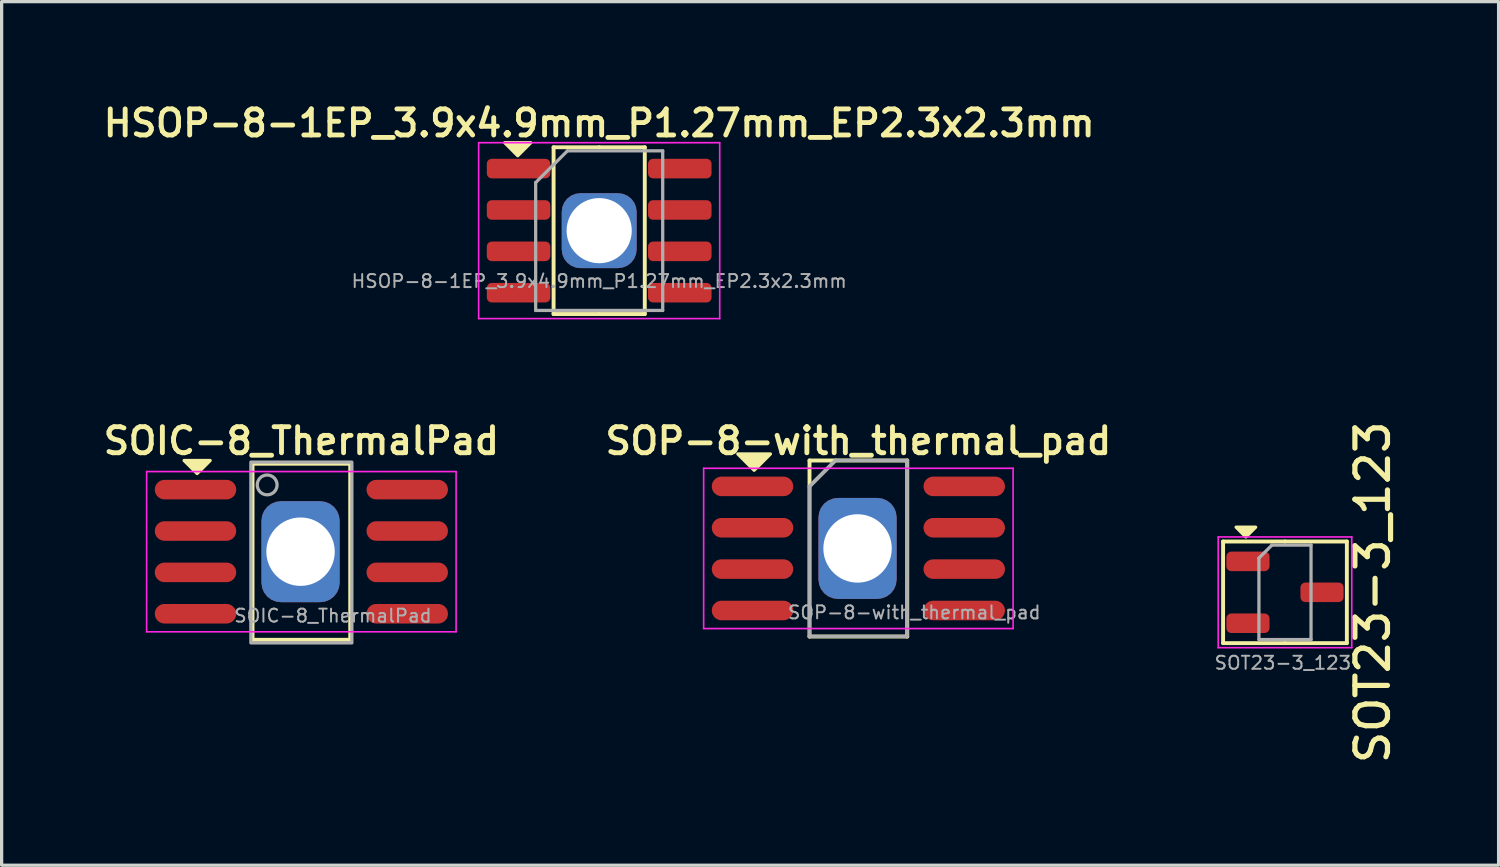
<source format=kicad_pcb>
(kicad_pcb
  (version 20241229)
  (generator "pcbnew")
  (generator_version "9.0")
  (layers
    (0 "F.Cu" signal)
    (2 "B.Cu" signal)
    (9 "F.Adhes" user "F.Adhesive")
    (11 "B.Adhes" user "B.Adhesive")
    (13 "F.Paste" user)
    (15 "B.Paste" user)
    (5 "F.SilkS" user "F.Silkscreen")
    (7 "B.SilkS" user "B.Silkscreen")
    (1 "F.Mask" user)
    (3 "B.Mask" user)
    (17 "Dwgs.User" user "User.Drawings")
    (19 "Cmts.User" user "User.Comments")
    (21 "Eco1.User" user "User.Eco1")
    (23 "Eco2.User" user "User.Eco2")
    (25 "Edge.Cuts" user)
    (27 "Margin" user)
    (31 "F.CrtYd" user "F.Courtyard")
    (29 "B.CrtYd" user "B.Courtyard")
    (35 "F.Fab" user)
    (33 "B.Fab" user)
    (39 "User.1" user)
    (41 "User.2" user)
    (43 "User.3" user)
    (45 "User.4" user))
  (footprint "SOT23-3_123"
    (layer "F.Cu")
    (at 36.399 15.134)
    (property "Reference" "SOT23-3_123" (at 2.692 0 270) (layer "F.SilkS") (effects (font (size 1 1) (thickness 0.16))))
    (attr smd)
    (fp_line (start -1.9 -1.56) (end -1.9 1.56) (stroke (width 0.12) (type default)) (layer "F.SilkS"))
    (fp_line (start 0 -1.56) (end -1.9 -1.56) (stroke (width 0.12) (type solid)) (layer "F.SilkS"))
    (fp_line (start 0 -1.56) (end 1.9 -1.56) (stroke (width 0.12) (type solid)) (layer "F.SilkS"))
    (fp_line (start 0 1.56) (end -1.9 1.56) (stroke (width 0.12) (type solid)) (layer "F.SilkS"))
    (fp_line (start 0 1.56) (end 1.9 1.56) (stroke (width 0.12) (type solid)) (layer "F.SilkS"))
    (fp_line (start 1.9 -1.56) (end 1.9 1.56) (stroke (width 0.12) (type default)) (layer "F.SilkS"))
    (fp_poly (pts (xy -1.2 -1.7) (xy -0.9 -2) (xy -1.5 -2)) (stroke (width 0.1) (type solid)) (fill yes) (layer "F.SilkS"))
    (fp_line (start -2.05 -1.7) (end -2.05 1.7) (stroke (width 0.05) (type solid)) (layer "F.CrtYd"))
    (fp_line (start -2.05 1.7) (end 2.05 1.7) (stroke (width 0.05) (type solid)) (layer "F.CrtYd"))
    (fp_line (start 2.05 -1.7) (end -2.05 -1.7) (stroke (width 0.05) (type solid)) (layer "F.CrtYd"))
    (fp_line (start 2.05 1.7) (end 2.05 -1.7) (stroke (width 0.05) (type solid)) (layer "F.CrtYd"))
    (fp_line (start -0.8 -1.05) (end -0.4 -1.45) (stroke (width 0.1) (type solid)) (layer "F.Fab"))
    (fp_line (start -0.8 1.45) (end -0.8 -1.05) (stroke (width 0.1) (type solid)) (layer "F.Fab"))
    (fp_line (start -0.4 -1.45) (end 0.8 -1.45) (stroke (width 0.1) (type solid)) (layer "F.Fab"))
    (fp_line (start 0.8 -1.45) (end 0.8 1.45) (stroke (width 0.1) (type solid)) (layer "F.Fab"))
    (fp_line (start 0.8 1.45) (end -0.8 1.45) (stroke (width 0.1) (type solid)) (layer "F.Fab"))
    (fp_text user "${REFERENCE}" (at -2.2 2.4 0) (unlocked yes) (layer "F.Fab") (effects (font (size 0.4 0.4) (thickness 0.06)) (justify left bottom)))
    (pad "1" smd roundrect (at -1.137 -0.95) (size 1.325 0.6) (layers "F.Cu" "F.Mask" "F.Paste") (roundrect_rratio 0.25))
    (pad "2" smd roundrect (at -1.137 0.95) (size 1.325 0.6) (layers "F.Cu" "F.Mask" "F.Paste") (roundrect_rratio 0.25))
    (pad "3" smd roundrect (at 1.137 0) (size 1.325 0.6) (layers "F.Cu" "F.Mask" "F.Paste") (roundrect_rratio 0.25)))
  (footprint "SOP-8-with_thermal_pad"
    (layer "F.Cu")
    (at 23.302 13.787)
    (property "Reference" "SOP-8-with_thermal_pad" (at 0 -3.3 0) (layer "F.SilkS") (effects (font (size 0.8 0.8) (thickness 0.15))))
    (attr through_hole)
    (fp_line (start -1.5 -2.7) (end 1.5 -2.7) (stroke (width 0.12) (type default)) (layer "F.SilkS"))
    (fp_line (start -1.5 2.705) (end -1.5 -2.7) (stroke (width 0.12) (type default)) (layer "F.SilkS"))
    (fp_line (start 1.5 -2.7) (end 1.5 2.705) (stroke (width 0.12) (type default)) (layer "F.SilkS"))
    (fp_line (start 1.5 2.705) (end -1.5 2.705) (stroke (width 0.12) (type default)) (layer "F.SilkS"))
    (fp_poly (pts (xy -3.2 -2.4) (xy -2.7 -2.9) (xy -3.7 -2.9)) (stroke (width 0.1) (type solid)) (fill yes) (layer "F.SilkS"))
    (fp_line (start -4.75 -2.46) (end 4.75 -2.46) (stroke (width 0.05) (type default)) (layer "F.CrtYd"))
    (fp_line (start -4.75 2.46) (end -4.75 -2.46) (stroke (width 0.05) (type default)) (layer "F.CrtYd"))
    (fp_line (start 4.75 -2.46) (end 4.75 2.46) (stroke (width 0.05) (type default)) (layer "F.CrtYd"))
    (fp_line (start 4.75 2.46) (end -4.75 2.46) (stroke (width 0.05) (type default)) (layer "F.CrtYd"))
    (fp_line (start -1.5 -1.905) (end -0.7 -2.705) (stroke (width 0.12) (type default)) (layer "F.Fab"))
    (fp_line (start -1.5 2.7) (end -1.5 -1.905) (stroke (width 0.1) (type default)) (layer "F.Fab"))
    (fp_line (start -0.7 -2.705) (end 1.5 -2.7) (stroke (width 0.1) (type default)) (layer "F.Fab"))
    (fp_line (start 1.5 -2.7) (end 1.5 2.7) (stroke (width 0.1) (type default)) (layer "F.Fab"))
    (fp_line (start 1.5 2.7) (end -1.5 2.7) (stroke (width 0.1) (type default)) (layer "F.Fab"))
    (fp_text user "${REFERENCE}" (at -2.2 2.2 0) (unlocked yes) (layer "F.Fab") (effects (font (size 0.4 0.4) (thickness 0.06)) (justify left bottom)))
    (pad "1" smd oval (at -3.25 -1.905 270) (size 0.6 2.5) (layers "F.Cu" "F.Mask" "F.Paste"))
    (pad "2" smd oval (at -3.25 -0.635 270) (size 0.6 2.5) (layers "F.Cu" "F.Mask" "F.Paste"))
    (pad "3" smd oval (at -3.25 0.635 270) (size 0.6 2.5) (layers "F.Cu" "F.Mask" "F.Paste"))
    (pad "4" smd oval (at -3.25 1.905 270) (size 0.6 2.5) (layers "F.Cu" "F.Mask" "F.Paste"))
    (pad "5" smd oval (at 3.25 1.905 270) (size 0.6 2.5) (layers "F.Cu" "F.Mask" "F.Paste"))
    (pad "6" smd oval (at 3.25 0.635 270) (size 0.6 2.5) (layers "F.Cu" "F.Mask" "F.Paste"))
    (pad "7" smd oval (at 3.25 -0.635 270) (size 0.6 2.5) (layers "F.Cu" "F.Mask" "F.Paste"))
    (pad "8" smd oval (at 3.25 -1.905 270) (size 0.6 2.5) (layers "F.Cu" "F.Mask" "F.Paste"))
    (pad "9" thru_hole roundrect (at -0.025 0) (size 2.4 3.1) (drill 2.1) (layers "*.Cu" "*.Mask") (roundrect_rratio 0.25)))
  (footprint "HSOP-8-1EP_3.9x4.9mm_P1.27mm_EP2.3x2.3mm"
    (layer "F.Cu")
    (at 15.345 4.031)
    (property "Reference" "HSOP-8-1EP_3.9x4.9mm_P1.27mm_EP2.3x2.3mm" (at 0 -3.3 0) (layer "F.SilkS") (effects (font (size 0.8 0.8) (thickness 0.15))))
    (attr smd)
    (fp_line (start -1.4 2.56) (end -1.4 -2.56) (stroke (width 0.12) (type default)) (layer "F.SilkS"))
    (fp_line (start 0 -2.56) (end -1.4 -2.56) (stroke (width 0.12) (type solid)) (layer "F.SilkS"))
    (fp_line (start 0 -2.56) (end 1.4 -2.56) (stroke (width 0.12) (type solid)) (layer "F.SilkS"))
    (fp_line (start 0 2.56) (end -1.4 2.56) (stroke (width 0.12) (type solid)) (layer "F.SilkS"))
    (fp_line (start 0 2.56) (end 1.4 2.56) (stroke (width 0.12) (type solid)) (layer "F.SilkS"))
    (fp_line (start 1.4 -2.56) (end 1.4 2.56) (stroke (width 0.12) (type default)) (layer "F.SilkS"))
    (fp_poly (pts (xy -2.5 -2.3) (xy -2.1 -2.7) (xy -2.9 -2.7)) (stroke (width 0.1) (type solid)) (fill yes) (layer "F.SilkS"))
    (fp_line (start -3.7 -2.7) (end -3.7 2.7) (stroke (width 0.05) (type solid)) (layer "F.CrtYd"))
    (fp_line (start -3.7 2.7) (end 3.7 2.7) (stroke (width 0.05) (type solid)) (layer "F.CrtYd"))
    (fp_line (start 3.7 -2.7) (end -3.7 -2.7) (stroke (width 0.05) (type solid)) (layer "F.CrtYd"))
    (fp_line (start 3.7 2.7) (end 3.7 -2.7) (stroke (width 0.05) (type solid)) (layer "F.CrtYd"))
    (fp_line (start -1.95 -1.475) (end -0.975 -2.45) (stroke (width 0.1) (type solid)) (layer "F.Fab"))
    (fp_line (start -1.95 2.45) (end -1.95 -1.475) (stroke (width 0.1) (type solid)) (layer "F.Fab"))
    (fp_line (start -0.975 -2.45) (end 1.95 -2.45) (stroke (width 0.1) (type solid)) (layer "F.Fab"))
    (fp_line (start 1.95 -2.45) (end 1.95 2.45) (stroke (width 0.1) (type solid)) (layer "F.Fab"))
    (fp_line (start 1.95 2.45) (end -1.95 2.45) (stroke (width 0.1) (type solid)) (layer "F.Fab"))
    (fp_text user "${REFERENCE}" (at 0 1.55 0) (layer "F.Fab") (effects (font (size 0.4 0.4) (thickness 0.06))))
    (pad "1" smd roundrect (at -2.475 -1.905) (size 1.95 0.6) (layers "F.Cu" "F.Mask" "F.Paste") (roundrect_rratio 0.25))
    (pad "2" smd roundrect (at -2.475 -0.635) (size 1.95 0.6) (layers "F.Cu" "F.Mask" "F.Paste") (roundrect_rratio 0.25))
    (pad "3" smd roundrect (at -2.475 0.635) (size 1.95 0.6) (layers "F.Cu" "F.Mask" "F.Paste") (roundrect_rratio 0.25))
    (pad "4" smd roundrect (at -2.475 1.905) (size 1.95 0.6) (layers "F.Cu" "F.Mask" "F.Paste") (roundrect_rratio 0.25))
    (pad "5" smd roundrect (at 2.475 1.905) (size 1.95 0.6) (layers "F.Cu" "F.Mask" "F.Paste") (roundrect_rratio 0.25))
    (pad "6" smd roundrect (at 2.475 0.635) (size 1.95 0.6) (layers "F.Cu" "F.Mask" "F.Paste") (roundrect_rratio 0.25))
    (pad "7" smd roundrect (at 2.475 -0.635) (size 1.95 0.6) (layers "F.Cu" "F.Mask" "F.Paste") (roundrect_rratio 0.25))
    (pad "8" smd roundrect (at 2.475 -1.905) (size 1.95 0.6) (layers "F.Cu" "F.Mask" "F.Paste") (roundrect_rratio 0.25))
    (pad "9" thru_hole roundrect (at 0 0) (size 2.3 2.3) (drill 2) (layers "*.Cu" "*.Mask") (roundrect_rratio 0.25)))
  (footprint "SOIC-8_ThermalPad"
    (layer "F.Cu")
    (at 6.202 13.887)
    (property "Reference" "SOIC-8_ThermalPad" (at 0 -3.4 0) (layer "F.SilkS") (effects (font (size 0.8 0.8) (thickness 0.15))))
    (attr smd)
    (fp_line (start -1.5 -2.7) (end 1.5 -2.7) (stroke (width 0.12) (type default)) (layer "F.SilkS"))
    (fp_line (start -1.5 2.705) (end -1.5 -2.7) (stroke (width 0.12) (type default)) (layer "F.SilkS"))
    (fp_line (start 1.5 -2.7) (end 1.5 2.705) (stroke (width 0.12) (type default)) (layer "F.SilkS"))
    (fp_line (start 1.5 2.705) (end -1.5 2.705) (stroke (width 0.12) (type default)) (layer "F.SilkS"))
    (fp_poly (pts (xy -3.2 -2.4) (xy -2.8 -2.8) (xy -3.6 -2.8)) (stroke (width 0.1) (type solid)) (fill yes) (layer "F.SilkS"))
    (fp_line (start -4.75 -2.46) (end 4.75 -2.46) (stroke (width 0.05) (type default)) (layer "F.CrtYd"))
    (fp_line (start -4.75 2.46) (end -4.75 -2.46) (stroke (width 0.05) (type default)) (layer "F.CrtYd"))
    (fp_line (start 4.75 -2.46) (end 4.75 2.46) (stroke (width 0.05) (type default)) (layer "F.CrtYd"))
    (fp_line (start 4.75 2.46) (end -4.75 2.46) (stroke (width 0.05) (type default)) (layer "F.CrtYd"))
    (fp_rect (start -1.55 -2.75) (end 1.55 2.8) (stroke (width 0.1) (type default)) (fill no) (layer "F.Fab"))
    (fp_circle (center -1.05 -2.05) (end -0.746 -2.05) (stroke (width 0.1) (type solid)) (fill no) (layer "F.Fab"))
    (fp_text user "${REFERENCE}" (at -2.1 2.2 0) (unlocked yes) (layer "F.Fab") (effects (font (size 0.4 0.4) (thickness 0.06)) (justify left bottom)))
    (pad "1" smd oval (at -3.25 -1.905 270) (size 0.6 2.5) (layers "F.Cu" "F.Mask" "F.Paste"))
    (pad "2" smd oval (at -3.25 -0.635 270) (size 0.6 2.5) (layers "F.Cu" "F.Mask" "F.Paste"))
    (pad "3" smd oval (at -3.25 0.635 270) (size 0.6 2.5) (layers "F.Cu" "F.Mask" "F.Paste"))
    (pad "4" smd oval (at -3.25 1.905 270) (size 0.6 2.5) (layers "F.Cu" "F.Mask" "F.Paste"))
    (pad "5" smd oval (at 3.25 1.905 270) (size 0.6 2.5) (layers "F.Cu" "F.Mask" "F.Paste"))
    (pad "6" smd oval (at 3.25 0.635 270) (size 0.6 2.5) (layers "F.Cu" "F.Mask" "F.Paste"))
    (pad "7" smd oval (at 3.25 -0.635 270) (size 0.6 2.5) (layers "F.Cu" "F.Mask" "F.Paste"))
    (pad "8" smd oval (at 3.25 -1.905 270) (size 0.6 2.5) (layers "F.Cu" "F.Mask" "F.Paste"))
    (pad "9" thru_hole roundrect (at -0.025 0) (size 2.4 3.1) (drill 2.1) (layers "*.Cu" "*.Mask") (roundrect_rratio 0.25)))
  (gr_rect
    (start -3 -3)
    (end 42.957 23.512)
    (stroke (width 0.1) (type default))
    (fill no)
    (layer "Edge.Cuts")))
</source>
